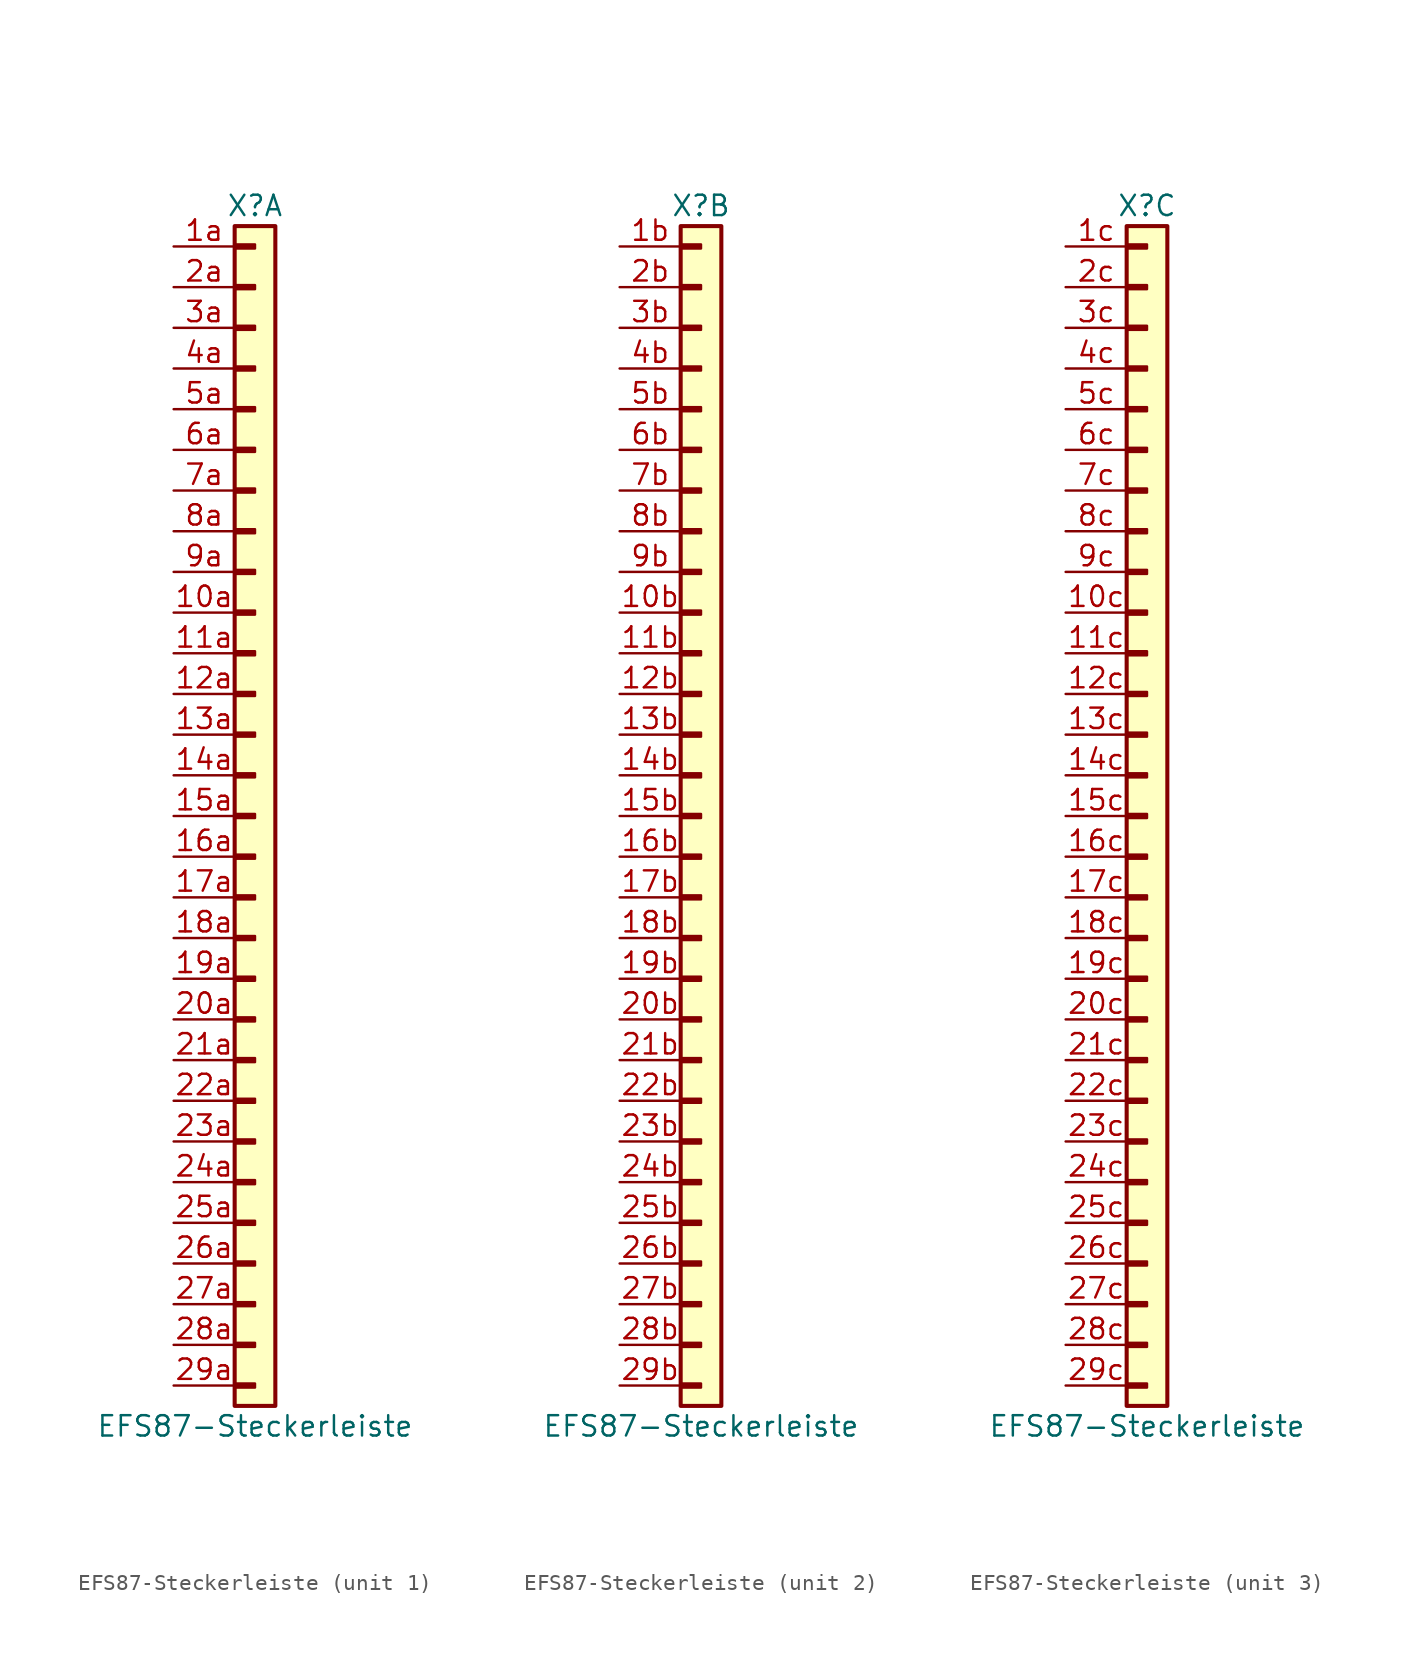
<source format=kicad_sym>
(kicad_symbol_lib
  (version 20211014)
  (generator kicad_symbol_editor)
  (symbol "EFS87-Steckerleiste"
    (pin_names
      (offset 1.016) hide)
    (property "Reference" "X"
      (at 0 38.1 0)
      (effects (font (size 1.27 1.27))))
    (property "Value" "EFS87-Steckerleiste"
      (at 0 -38.1 0)
      (effects (font (size 1.27 1.27))))
    (property "ki_locked" ""
      (at 0 0 0)
      (effects (font (size 1.27 1.27))))
    (symbol "EFS87-Steckerleiste_1_1"
      (rectangle (start -1.27 -35.433) (end 0 -35.687) (stroke (width 0.152) (type default) (color 0 0 0 0)) (fill (type outline)))
      (rectangle (start -1.27 -32.893) (end 0 -33.147) (stroke (width 0.152) (type default) (color 0 0 0 0)) (fill (type outline)))
      (rectangle (start -1.27 -30.353) (end 0 -30.607) (stroke (width 0.152) (type default) (color 0 0 0 0)) (fill (type outline)))
      (rectangle (start -1.27 -27.813) (end 0 -28.067) (stroke (width 0.152) (type default) (color 0 0 0 0)) (fill (type outline)))
      (rectangle (start -1.27 -25.273) (end 0 -25.527) (stroke (width 0.152) (type default) (color 0 0 0 0)) (fill (type outline)))
      (rectangle (start -1.27 -22.733) (end 0 -22.987) (stroke (width 0.152) (type default) (color 0 0 0 0)) (fill (type outline)))
      (rectangle (start -1.27 -20.193) (end 0 -20.447) (stroke (width 0.152) (type default) (color 0 0 0 0)) (fill (type outline)))
      (rectangle (start -1.27 -17.653) (end 0 -17.907) (stroke (width 0.152) (type default) (color 0 0 0 0)) (fill (type outline)))
      (rectangle (start -1.27 -15.113) (end 0 -15.367) (stroke (width 0.152) (type default) (color 0 0 0 0)) (fill (type outline)))
      (rectangle (start -1.27 -12.573) (end 0 -12.827) (stroke (width 0.152) (type default) (color 0 0 0 0)) (fill (type outline)))
      (rectangle (start -1.27 -10.033) (end 0 -10.287) (stroke (width 0.152) (type default) (color 0 0 0 0)) (fill (type outline)))
      (rectangle (start -1.27 -7.493) (end 0 -7.747) (stroke (width 0.152) (type default) (color 0 0 0 0)) (fill (type outline)))
      (rectangle (start -1.27 -4.953) (end 0 -5.207) (stroke (width 0.152) (type default) (color 0 0 0 0)) (fill (type outline)))
      (rectangle (start -1.27 -2.413) (end 0 -2.667) (stroke (width 0.152) (type default) (color 0 0 0 0)) (fill (type outline)))
      (rectangle (start -1.27 0.127) (end 0 -0.127) (stroke (width 0.152) (type default) (color 0 0 0 0)) (fill (type outline)))
      (rectangle (start -1.27 2.667) (end 0 2.413) (stroke (width 0.152) (type default) (color 0 0 0 0)) (fill (type outline)))
      (rectangle (start -1.27 5.207) (end 0 4.953) (stroke (width 0.152) (type default) (color 0 0 0 0)) (fill (type outline)))
      (rectangle (start -1.27 7.747) (end 0 7.493) (stroke (width 0.152) (type default) (color 0 0 0 0)) (fill (type outline)))
      (rectangle (start -1.27 10.287) (end 0 10.033) (stroke (width 0.152) (type default) (color 0 0 0 0)) (fill (type outline)))
      (rectangle (start -1.27 12.827) (end 0 12.573) (stroke (width 0.152) (type default) (color 0 0 0 0)) (fill (type outline)))
      (rectangle (start -1.27 15.367) (end 0 15.113) (stroke (width 0.152) (type default) (color 0 0 0 0)) (fill (type outline)))
      (rectangle (start -1.27 17.907) (end 0 17.653) (stroke (width 0.152) (type default) (color 0 0 0 0)) (fill (type outline)))
      (rectangle (start -1.27 20.447) (end 0 20.193) (stroke (width 0.152) (type default) (color 0 0 0 0)) (fill (type outline)))
      (rectangle (start -1.27 22.987) (end 0 22.733) (stroke (width 0.152) (type default) (color 0 0 0 0)) (fill (type outline)))
      (rectangle (start -1.27 25.527) (end 0 25.273) (stroke (width 0.152) (type default) (color 0 0 0 0)) (fill (type outline)))
      (rectangle (start -1.27 28.067) (end 0 27.813) (stroke (width 0.152) (type default) (color 0 0 0 0)) (fill (type outline)))
      (rectangle (start -1.27 30.607) (end 0 30.353) (stroke (width 0.152) (type default) (color 0 0 0 0)) (fill (type outline)))
      (rectangle (start -1.27 33.147) (end 0 32.893) (stroke (width 0.152) (type default) (color 0 0 0 0)) (fill (type outline)))
      (rectangle (start -1.27 35.687) (end 0 35.433) (stroke (width 0.152) (type default) (color 0 0 0 0)) (fill (type outline)))
      (rectangle (start -1.27 36.83) (end 1.27 -36.83) (stroke (width 0.254) (type default) (color 0 0 0 0)) (fill (type background)))
      (pin passive line (at -5.08 12.7 0) (length 3.81) (name "Pin_10a" (effects (font (size 1.27 1.27)))) (number "10a" (effects (font (size 1.27 1.27)))))
      (pin passive line (at -5.08 10.16 0) (length 3.81) (name "Pin_11a" (effects (font (size 1.27 1.27)))) (number "11a" (effects (font (size 1.27 1.27)))))
      (pin passive line (at -5.08 7.62 0) (length 3.81) (name "Pin_12a" (effects (font (size 1.27 1.27)))) (number "12a" (effects (font (size 1.27 1.27)))))
      (pin passive line (at -5.08 5.08 0) (length 3.81) (name "Pin_13a" (effects (font (size 1.27 1.27)))) (number "13a" (effects (font (size 1.27 1.27)))))
      (pin passive line (at -5.08 2.54 0) (length 3.81) (name "Pin_14a" (effects (font (size 1.27 1.27)))) (number "14a" (effects (font (size 1.27 1.27)))))
      (pin passive line (at -5.08 0 0) (length 3.81) (name "Pin_15a" (effects (font (size 1.27 1.27)))) (number "15a" (effects (font (size 1.27 1.27)))))
      (pin passive line (at -5.08 -2.54 0) (length 3.81) (name "Pin_16a" (effects (font (size 1.27 1.27)))) (number "16a" (effects (font (size 1.27 1.27)))))
      (pin passive line (at -5.08 -5.08 0) (length 3.81) (name "Pin_17a" (effects (font (size 1.27 1.27)))) (number "17a" (effects (font (size 1.27 1.27)))))
      (pin passive line (at -5.08 -7.62 0) (length 3.81) (name "Pin_18a" (effects (font (size 1.27 1.27)))) (number "18a" (effects (font (size 1.27 1.27)))))
      (pin passive line (at -5.08 -10.16 0) (length 3.81) (name "Pin_19a" (effects (font (size 1.27 1.27)))) (number "19a" (effects (font (size 1.27 1.27)))))
      (pin passive line (at -5.08 35.56 0) (length 3.81) (name "Pin_1a" (effects (font (size 1.27 1.27)))) (number "1a" (effects (font (size 1.27 1.27)))))
      (pin passive line (at -5.08 -12.7 0) (length 3.81) (name "Pin_20a" (effects (font (size 1.27 1.27)))) (number "20a" (effects (font (size 1.27 1.27)))))
      (pin passive line (at -5.08 -15.24 0) (length 3.81) (name "Pin_21a" (effects (font (size 1.27 1.27)))) (number "21a" (effects (font (size 1.27 1.27)))))
      (pin passive line (at -5.08 -17.78 0) (length 3.81) (name "Pin_22a" (effects (font (size 1.27 1.27)))) (number "22a" (effects (font (size 1.27 1.27)))))
      (pin passive line (at -5.08 -20.32 0) (length 3.81) (name "Pin_23a" (effects (font (size 1.27 1.27)))) (number "23a" (effects (font (size 1.27 1.27)))))
      (pin passive line (at -5.08 -22.86 0) (length 3.81) (name "Pin_24a" (effects (font (size 1.27 1.27)))) (number "24a" (effects (font (size 1.27 1.27)))))
      (pin passive line (at -5.08 -25.4 0) (length 3.81) (name "Pin_25a" (effects (font (size 1.27 1.27)))) (number "25a" (effects (font (size 1.27 1.27)))))
      (pin passive line (at -5.08 -27.94 0) (length 3.81) (name "Pin_26a" (effects (font (size 1.27 1.27)))) (number "26a" (effects (font (size 1.27 1.27)))))
      (pin passive line (at -5.08 -30.48 0) (length 3.81) (name "Pin_27a" (effects (font (size 1.27 1.27)))) (number "27a" (effects (font (size 1.27 1.27)))))
      (pin passive line (at -5.08 -33.02 0) (length 3.81) (name "Pin_28a" (effects (font (size 1.27 1.27)))) (number "28a" (effects (font (size 1.27 1.27)))))
      (pin passive line (at -5.08 -35.56 0) (length 3.81) (name "Pin_29a" (effects (font (size 1.27 1.27)))) (number "29a" (effects (font (size 1.27 1.27)))))
      (pin passive line (at -5.08 33.02 0) (length 3.81) (name "Pin_2a" (effects (font (size 1.27 1.27)))) (number "2a" (effects (font (size 1.27 1.27)))))
      (pin passive line (at -5.08 30.48 0) (length 3.81) (name "Pin_3a" (effects (font (size 1.27 1.27)))) (number "3a" (effects (font (size 1.27 1.27)))))
      (pin passive line (at -5.08 27.94 0) (length 3.81) (name "Pin_4a" (effects (font (size 1.27 1.27)))) (number "4a" (effects (font (size 1.27 1.27)))))
      (pin passive line (at -5.08 25.4 0) (length 3.81) (name "Pin_5a" (effects (font (size 1.27 1.27)))) (number "5a" (effects (font (size 1.27 1.27)))))
      (pin passive line (at -5.08 22.86 0) (length 3.81) (name "Pin_6a" (effects (font (size 1.27 1.27)))) (number "6a" (effects (font (size 1.27 1.27)))))
      (pin passive line (at -5.08 20.32 0) (length 3.81) (name "Pin_7a" (effects (font (size 1.27 1.27)))) (number "7a" (effects (font (size 1.27 1.27)))))
      (pin passive line (at -5.08 17.78 0) (length 3.81) (name "Pin_8a" (effects (font (size 1.27 1.27)))) (number "8a" (effects (font (size 1.27 1.27)))))
      (pin passive line (at -5.08 15.24 0) (length 3.81) (name "Pin_9a" (effects (font (size 1.27 1.27)))) (number "9a" (effects (font (size 1.27 1.27))))))
    (symbol "EFS87-Steckerleiste_2_1"
      (rectangle (start -1.27 -35.433) (end 0 -35.687) (stroke (width 0.152) (type default) (color 0 0 0 0)) (fill (type outline)))
      (rectangle (start -1.27 -32.893) (end 0 -33.147) (stroke (width 0.152) (type default) (color 0 0 0 0)) (fill (type outline)))
      (rectangle (start -1.27 -30.353) (end 0 -30.607) (stroke (width 0.152) (type default) (color 0 0 0 0)) (fill (type outline)))
      (rectangle (start -1.27 -27.813) (end 0 -28.067) (stroke (width 0.152) (type default) (color 0 0 0 0)) (fill (type outline)))
      (rectangle (start -1.27 -25.273) (end 0 -25.527) (stroke (width 0.152) (type default) (color 0 0 0 0)) (fill (type outline)))
      (rectangle (start -1.27 -22.733) (end 0 -22.987) (stroke (width 0.152) (type default) (color 0 0 0 0)) (fill (type outline)))
      (rectangle (start -1.27 -20.193) (end 0 -20.447) (stroke (width 0.152) (type default) (color 0 0 0 0)) (fill (type outline)))
      (rectangle (start -1.27 -17.653) (end 0 -17.907) (stroke (width 0.152) (type default) (color 0 0 0 0)) (fill (type outline)))
      (rectangle (start -1.27 -15.113) (end 0 -15.367) (stroke (width 0.152) (type default) (color 0 0 0 0)) (fill (type outline)))
      (rectangle (start -1.27 -12.573) (end 0 -12.827) (stroke (width 0.152) (type default) (color 0 0 0 0)) (fill (type outline)))
      (rectangle (start -1.27 -10.033) (end 0 -10.287) (stroke (width 0.152) (type default) (color 0 0 0 0)) (fill (type outline)))
      (rectangle (start -1.27 -7.493) (end 0 -7.747) (stroke (width 0.152) (type default) (color 0 0 0 0)) (fill (type outline)))
      (rectangle (start -1.27 -4.953) (end 0 -5.207) (stroke (width 0.152) (type default) (color 0 0 0 0)) (fill (type outline)))
      (rectangle (start -1.27 -2.413) (end 0 -2.667) (stroke (width 0.152) (type default) (color 0 0 0 0)) (fill (type outline)))
      (rectangle (start -1.27 0.127) (end 0 -0.127) (stroke (width 0.152) (type default) (color 0 0 0 0)) (fill (type outline)))
      (rectangle (start -1.27 2.667) (end 0 2.413) (stroke (width 0.152) (type default) (color 0 0 0 0)) (fill (type outline)))
      (rectangle (start -1.27 5.207) (end 0 4.953) (stroke (width 0.152) (type default) (color 0 0 0 0)) (fill (type outline)))
      (rectangle (start -1.27 7.747) (end 0 7.493) (stroke (width 0.152) (type default) (color 0 0 0 0)) (fill (type outline)))
      (rectangle (start -1.27 10.287) (end 0 10.033) (stroke (width 0.152) (type default) (color 0 0 0 0)) (fill (type outline)))
      (rectangle (start -1.27 12.827) (end 0 12.573) (stroke (width 0.152) (type default) (color 0 0 0 0)) (fill (type outline)))
      (rectangle (start -1.27 15.367) (end 0 15.113) (stroke (width 0.152) (type default) (color 0 0 0 0)) (fill (type outline)))
      (rectangle (start -1.27 17.907) (end 0 17.653) (stroke (width 0.152) (type default) (color 0 0 0 0)) (fill (type outline)))
      (rectangle (start -1.27 20.447) (end 0 20.193) (stroke (width 0.152) (type default) (color 0 0 0 0)) (fill (type outline)))
      (rectangle (start -1.27 22.987) (end 0 22.733) (stroke (width 0.152) (type default) (color 0 0 0 0)) (fill (type outline)))
      (rectangle (start -1.27 25.527) (end 0 25.273) (stroke (width 0.152) (type default) (color 0 0 0 0)) (fill (type outline)))
      (rectangle (start -1.27 28.067) (end 0 27.813) (stroke (width 0.152) (type default) (color 0 0 0 0)) (fill (type outline)))
      (rectangle (start -1.27 30.607) (end 0 30.353) (stroke (width 0.152) (type default) (color 0 0 0 0)) (fill (type outline)))
      (rectangle (start -1.27 33.147) (end 0 32.893) (stroke (width 0.152) (type default) (color 0 0 0 0)) (fill (type outline)))
      (rectangle (start -1.27 35.687) (end 0 35.433) (stroke (width 0.152) (type default) (color 0 0 0 0)) (fill (type outline)))
      (rectangle (start -1.27 36.83) (end 1.27 -36.83) (stroke (width 0.254) (type default) (color 0 0 0 0)) (fill (type background)))
      (pin passive line (at -5.08 12.7 0) (length 3.81) (name "Pin_10b" (effects (font (size 1.27 1.27)))) (number "10b" (effects (font (size 1.27 1.27)))))
      (pin passive line (at -5.08 10.16 0) (length 3.81) (name "Pin_11b" (effects (font (size 1.27 1.27)))) (number "11b" (effects (font (size 1.27 1.27)))))
      (pin passive line (at -5.08 7.62 0) (length 3.81) (name "Pin_12b" (effects (font (size 1.27 1.27)))) (number "12b" (effects (font (size 1.27 1.27)))))
      (pin passive line (at -5.08 5.08 0) (length 3.81) (name "Pin_13b" (effects (font (size 1.27 1.27)))) (number "13b" (effects (font (size 1.27 1.27)))))
      (pin passive line (at -5.08 2.54 0) (length 3.81) (name "Pin_14b" (effects (font (size 1.27 1.27)))) (number "14b" (effects (font (size 1.27 1.27)))))
      (pin passive line (at -5.08 0 0) (length 3.81) (name "Pin_15b" (effects (font (size 1.27 1.27)))) (number "15b" (effects (font (size 1.27 1.27)))))
      (pin passive line (at -5.08 -2.54 0) (length 3.81) (name "Pin_16b" (effects (font (size 1.27 1.27)))) (number "16b" (effects (font (size 1.27 1.27)))))
      (pin passive line (at -5.08 -5.08 0) (length 3.81) (name "Pin_17b" (effects (font (size 1.27 1.27)))) (number "17b" (effects (font (size 1.27 1.27)))))
      (pin passive line (at -5.08 -7.62 0) (length 3.81) (name "Pin_18b" (effects (font (size 1.27 1.27)))) (number "18b" (effects (font (size 1.27 1.27)))))
      (pin passive line (at -5.08 -10.16 0) (length 3.81) (name "Pin_19b" (effects (font (size 1.27 1.27)))) (number "19b" (effects (font (size 1.27 1.27)))))
      (pin passive line (at -5.08 35.56 0) (length 3.81) (name "Pin_1b" (effects (font (size 1.27 1.27)))) (number "1b" (effects (font (size 1.27 1.27)))))
      (pin passive line (at -5.08 -12.7 0) (length 3.81) (name "Pin_20b" (effects (font (size 1.27 1.27)))) (number "20b" (effects (font (size 1.27 1.27)))))
      (pin passive line (at -5.08 -15.24 0) (length 3.81) (name "Pin_21b" (effects (font (size 1.27 1.27)))) (number "21b" (effects (font (size 1.27 1.27)))))
      (pin passive line (at -5.08 -17.78 0) (length 3.81) (name "Pin_22b" (effects (font (size 1.27 1.27)))) (number "22b" (effects (font (size 1.27 1.27)))))
      (pin passive line (at -5.08 -20.32 0) (length 3.81) (name "Pin_23b" (effects (font (size 1.27 1.27)))) (number "23b" (effects (font (size 1.27 1.27)))))
      (pin passive line (at -5.08 -22.86 0) (length 3.81) (name "Pin_24b" (effects (font (size 1.27 1.27)))) (number "24b" (effects (font (size 1.27 1.27)))))
      (pin passive line (at -5.08 -25.4 0) (length 3.81) (name "Pin_25b" (effects (font (size 1.27 1.27)))) (number "25b" (effects (font (size 1.27 1.27)))))
      (pin passive line (at -5.08 -27.94 0) (length 3.81) (name "Pin_26b" (effects (font (size 1.27 1.27)))) (number "26b" (effects (font (size 1.27 1.27)))))
      (pin passive line (at -5.08 -30.48 0) (length 3.81) (name "Pin_27b" (effects (font (size 1.27 1.27)))) (number "27b" (effects (font (size 1.27 1.27)))))
      (pin passive line (at -5.08 -33.02 0) (length 3.81) (name "Pin_28b" (effects (font (size 1.27 1.27)))) (number "28b" (effects (font (size 1.27 1.27)))))
      (pin passive line (at -5.08 -35.56 0) (length 3.81) (name "Pin_29b" (effects (font (size 1.27 1.27)))) (number "29b" (effects (font (size 1.27 1.27)))))
      (pin passive line (at -5.08 33.02 0) (length 3.81) (name "Pin_2b" (effects (font (size 1.27 1.27)))) (number "2b" (effects (font (size 1.27 1.27)))))
      (pin passive line (at -5.08 30.48 0) (length 3.81) (name "Pin_3b" (effects (font (size 1.27 1.27)))) (number "3b" (effects (font (size 1.27 1.27)))))
      (pin passive line (at -5.08 27.94 0) (length 3.81) (name "Pin_4b" (effects (font (size 1.27 1.27)))) (number "4b" (effects (font (size 1.27 1.27)))))
      (pin passive line (at -5.08 25.4 0) (length 3.81) (name "Pin_5b" (effects (font (size 1.27 1.27)))) (number "5b" (effects (font (size 1.27 1.27)))))
      (pin passive line (at -5.08 22.86 0) (length 3.81) (name "Pin_6b" (effects (font (size 1.27 1.27)))) (number "6b" (effects (font (size 1.27 1.27)))))
      (pin passive line (at -5.08 20.32 0) (length 3.81) (name "Pin_7b" (effects (font (size 1.27 1.27)))) (number "7b" (effects (font (size 1.27 1.27)))))
      (pin passive line (at -5.08 17.78 0) (length 3.81) (name "Pin_8b" (effects (font (size 1.27 1.27)))) (number "8b" (effects (font (size 1.27 1.27)))))
      (pin passive line (at -5.08 15.24 0) (length 3.81) (name "Pin_9b" (effects (font (size 1.27 1.27)))) (number "9b" (effects (font (size 1.27 1.27))))))
    (symbol "EFS87-Steckerleiste_3_1"
      (rectangle (start -1.27 -35.433) (end 0 -35.687) (stroke (width 0.152) (type default) (color 0 0 0 0)) (fill (type outline)))
      (rectangle (start -1.27 -32.893) (end 0 -33.147) (stroke (width 0.152) (type default) (color 0 0 0 0)) (fill (type outline)))
      (rectangle (start -1.27 -30.353) (end 0 -30.607) (stroke (width 0.152) (type default) (color 0 0 0 0)) (fill (type outline)))
      (rectangle (start -1.27 -27.813) (end 0 -28.067) (stroke (width 0.152) (type default) (color 0 0 0 0)) (fill (type outline)))
      (rectangle (start -1.27 -25.273) (end 0 -25.527) (stroke (width 0.152) (type default) (color 0 0 0 0)) (fill (type outline)))
      (rectangle (start -1.27 -22.733) (end 0 -22.987) (stroke (width 0.152) (type default) (color 0 0 0 0)) (fill (type outline)))
      (rectangle (start -1.27 -20.193) (end 0 -20.447) (stroke (width 0.152) (type default) (color 0 0 0 0)) (fill (type outline)))
      (rectangle (start -1.27 -17.653) (end 0 -17.907) (stroke (width 0.152) (type default) (color 0 0 0 0)) (fill (type outline)))
      (rectangle (start -1.27 -15.113) (end 0 -15.367) (stroke (width 0.152) (type default) (color 0 0 0 0)) (fill (type outline)))
      (rectangle (start -1.27 -12.573) (end 0 -12.827) (stroke (width 0.152) (type default) (color 0 0 0 0)) (fill (type outline)))
      (rectangle (start -1.27 -10.033) (end 0 -10.287) (stroke (width 0.152) (type default) (color 0 0 0 0)) (fill (type outline)))
      (rectangle (start -1.27 -7.493) (end 0 -7.747) (stroke (width 0.152) (type default) (color 0 0 0 0)) (fill (type outline)))
      (rectangle (start -1.27 -4.953) (end 0 -5.207) (stroke (width 0.152) (type default) (color 0 0 0 0)) (fill (type outline)))
      (rectangle (start -1.27 -2.413) (end 0 -2.667) (stroke (width 0.152) (type default) (color 0 0 0 0)) (fill (type outline)))
      (rectangle (start -1.27 0.127) (end 0 -0.127) (stroke (width 0.152) (type default) (color 0 0 0 0)) (fill (type outline)))
      (rectangle (start -1.27 2.667) (end 0 2.413) (stroke (width 0.152) (type default) (color 0 0 0 0)) (fill (type outline)))
      (rectangle (start -1.27 5.207) (end 0 4.953) (stroke (width 0.152) (type default) (color 0 0 0 0)) (fill (type outline)))
      (rectangle (start -1.27 7.747) (end 0 7.493) (stroke (width 0.152) (type default) (color 0 0 0 0)) (fill (type outline)))
      (rectangle (start -1.27 10.287) (end 0 10.033) (stroke (width 0.152) (type default) (color 0 0 0 0)) (fill (type outline)))
      (rectangle (start -1.27 12.827) (end 0 12.573) (stroke (width 0.152) (type default) (color 0 0 0 0)) (fill (type outline)))
      (rectangle (start -1.27 15.367) (end 0 15.113) (stroke (width 0.152) (type default) (color 0 0 0 0)) (fill (type outline)))
      (rectangle (start -1.27 17.907) (end 0 17.653) (stroke (width 0.152) (type default) (color 0 0 0 0)) (fill (type outline)))
      (rectangle (start -1.27 20.447) (end 0 20.193) (stroke (width 0.152) (type default) (color 0 0 0 0)) (fill (type outline)))
      (rectangle (start -1.27 22.987) (end 0 22.733) (stroke (width 0.152) (type default) (color 0 0 0 0)) (fill (type outline)))
      (rectangle (start -1.27 25.527) (end 0 25.273) (stroke (width 0.152) (type default) (color 0 0 0 0)) (fill (type outline)))
      (rectangle (start -1.27 28.067) (end 0 27.813) (stroke (width 0.152) (type default) (color 0 0 0 0)) (fill (type outline)))
      (rectangle (start -1.27 30.607) (end 0 30.353) (stroke (width 0.152) (type default) (color 0 0 0 0)) (fill (type outline)))
      (rectangle (start -1.27 33.147) (end 0 32.893) (stroke (width 0.152) (type default) (color 0 0 0 0)) (fill (type outline)))
      (rectangle (start -1.27 35.687) (end 0 35.433) (stroke (width 0.152) (type default) (color 0 0 0 0)) (fill (type outline)))
      (rectangle (start -1.27 36.83) (end 1.27 -36.83) (stroke (width 0.254) (type default) (color 0 0 0 0)) (fill (type background)))
      (pin passive line (at -5.08 12.7 0) (length 3.81) (name "Pin_10c" (effects (font (size 1.27 1.27)))) (number "10c" (effects (font (size 1.27 1.27)))))
      (pin passive line (at -5.08 10.16 0) (length 3.81) (name "Pin_11c" (effects (font (size 1.27 1.27)))) (number "11c" (effects (font (size 1.27 1.27)))))
      (pin passive line (at -5.08 7.62 0) (length 3.81) (name "Pin_12c" (effects (font (size 1.27 1.27)))) (number "12c" (effects (font (size 1.27 1.27)))))
      (pin passive line (at -5.08 5.08 0) (length 3.81) (name "Pin_13c" (effects (font (size 1.27 1.27)))) (number "13c" (effects (font (size 1.27 1.27)))))
      (pin passive line (at -5.08 2.54 0) (length 3.81) (name "Pin_14c" (effects (font (size 1.27 1.27)))) (number "14c" (effects (font (size 1.27 1.27)))))
      (pin passive line (at -5.08 0 0) (length 3.81) (name "Pin_15c" (effects (font (size 1.27 1.27)))) (number "15c" (effects (font (size 1.27 1.27)))))
      (pin passive line (at -5.08 -2.54 0) (length 3.81) (name "Pin_16c" (effects (font (size 1.27 1.27)))) (number "16c" (effects (font (size 1.27 1.27)))))
      (pin passive line (at -5.08 -5.08 0) (length 3.81) (name "Pin_17c" (effects (font (size 1.27 1.27)))) (number "17c" (effects (font (size 1.27 1.27)))))
      (pin passive line (at -5.08 -7.62 0) (length 3.81) (name "Pin_18c" (effects (font (size 1.27 1.27)))) (number "18c" (effects (font (size 1.27 1.27)))))
      (pin passive line (at -5.08 -10.16 0) (length 3.81) (name "Pin_19c" (effects (font (size 1.27 1.27)))) (number "19c" (effects (font (size 1.27 1.27)))))
      (pin passive line (at -5.08 35.56 0) (length 3.81) (name "Pin_1c" (effects (font (size 1.27 1.27)))) (number "1c" (effects (font (size 1.27 1.27)))))
      (pin passive line (at -5.08 -12.7 0) (length 3.81) (name "Pin_20c" (effects (font (size 1.27 1.27)))) (number "20c" (effects (font (size 1.27 1.27)))))
      (pin passive line (at -5.08 -15.24 0) (length 3.81) (name "Pin_21c" (effects (font (size 1.27 1.27)))) (number "21c" (effects (font (size 1.27 1.27)))))
      (pin passive line (at -5.08 -17.78 0) (length 3.81) (name "Pin_22c" (effects (font (size 1.27 1.27)))) (number "22c" (effects (font (size 1.27 1.27)))))
      (pin passive line (at -5.08 -20.32 0) (length 3.81) (name "Pin_23c" (effects (font (size 1.27 1.27)))) (number "23c" (effects (font (size 1.27 1.27)))))
      (pin passive line (at -5.08 -22.86 0) (length 3.81) (name "Pin_24c" (effects (font (size 1.27 1.27)))) (number "24c" (effects (font (size 1.27 1.27)))))
      (pin passive line (at -5.08 -25.4 0) (length 3.81) (name "Pin_25c" (effects (font (size 1.27 1.27)))) (number "25c" (effects (font (size 1.27 1.27)))))
      (pin passive line (at -5.08 -27.94 0) (length 3.81) (name "Pin_26c" (effects (font (size 1.27 1.27)))) (number "26c" (effects (font (size 1.27 1.27)))))
      (pin passive line (at -5.08 -30.48 0) (length 3.81) (name "Pin_27c" (effects (font (size 1.27 1.27)))) (number "27c" (effects (font (size 1.27 1.27)))))
      (pin passive line (at -5.08 -33.02 0) (length 3.81) (name "Pin_28c" (effects (font (size 1.27 1.27)))) (number "28c" (effects (font (size 1.27 1.27)))))
      (pin passive line (at -5.08 -35.56 0) (length 3.81) (name "Pin_29c" (effects (font (size 1.27 1.27)))) (number "29c" (effects (font (size 1.27 1.27)))))
      (pin passive line (at -5.08 33.02 0) (length 3.81) (name "Pin_2c" (effects (font (size 1.27 1.27)))) (number "2c" (effects (font (size 1.27 1.27)))))
      (pin passive line (at -5.08 30.48 0) (length 3.81) (name "Pin_3c" (effects (font (size 1.27 1.27)))) (number "3c" (effects (font (size 1.27 1.27)))))
      (pin passive line (at -5.08 27.94 0) (length 3.81) (name "Pin_4c" (effects (font (size 1.27 1.27)))) (number "4c" (effects (font (size 1.27 1.27)))))
      (pin passive line (at -5.08 25.4 0) (length 3.81) (name "Pin_5c" (effects (font (size 1.27 1.27)))) (number "5c" (effects (font (size 1.27 1.27)))))
      (pin passive line (at -5.08 22.86 0) (length 3.81) (name "Pin_6c" (effects (font (size 1.27 1.27)))) (number "6c" (effects (font (size 1.27 1.27)))))
      (pin passive line (at -5.08 20.32 0) (length 3.81) (name "Pin_7c" (effects (font (size 1.27 1.27)))) (number "7c" (effects (font (size 1.27 1.27)))))
      (pin passive line (at -5.08 17.78 0) (length 3.81) (name "Pin_8c" (effects (font (size 1.27 1.27)))) (number "8c" (effects (font (size 1.27 1.27)))))
      (pin passive line (at -5.08 15.24 0) (length 3.81) (name "Pin_9c" (effects (font (size 1.27 1.27)))) (number "9c" (effects (font (size 1.27 1.27))))))))
</source>
